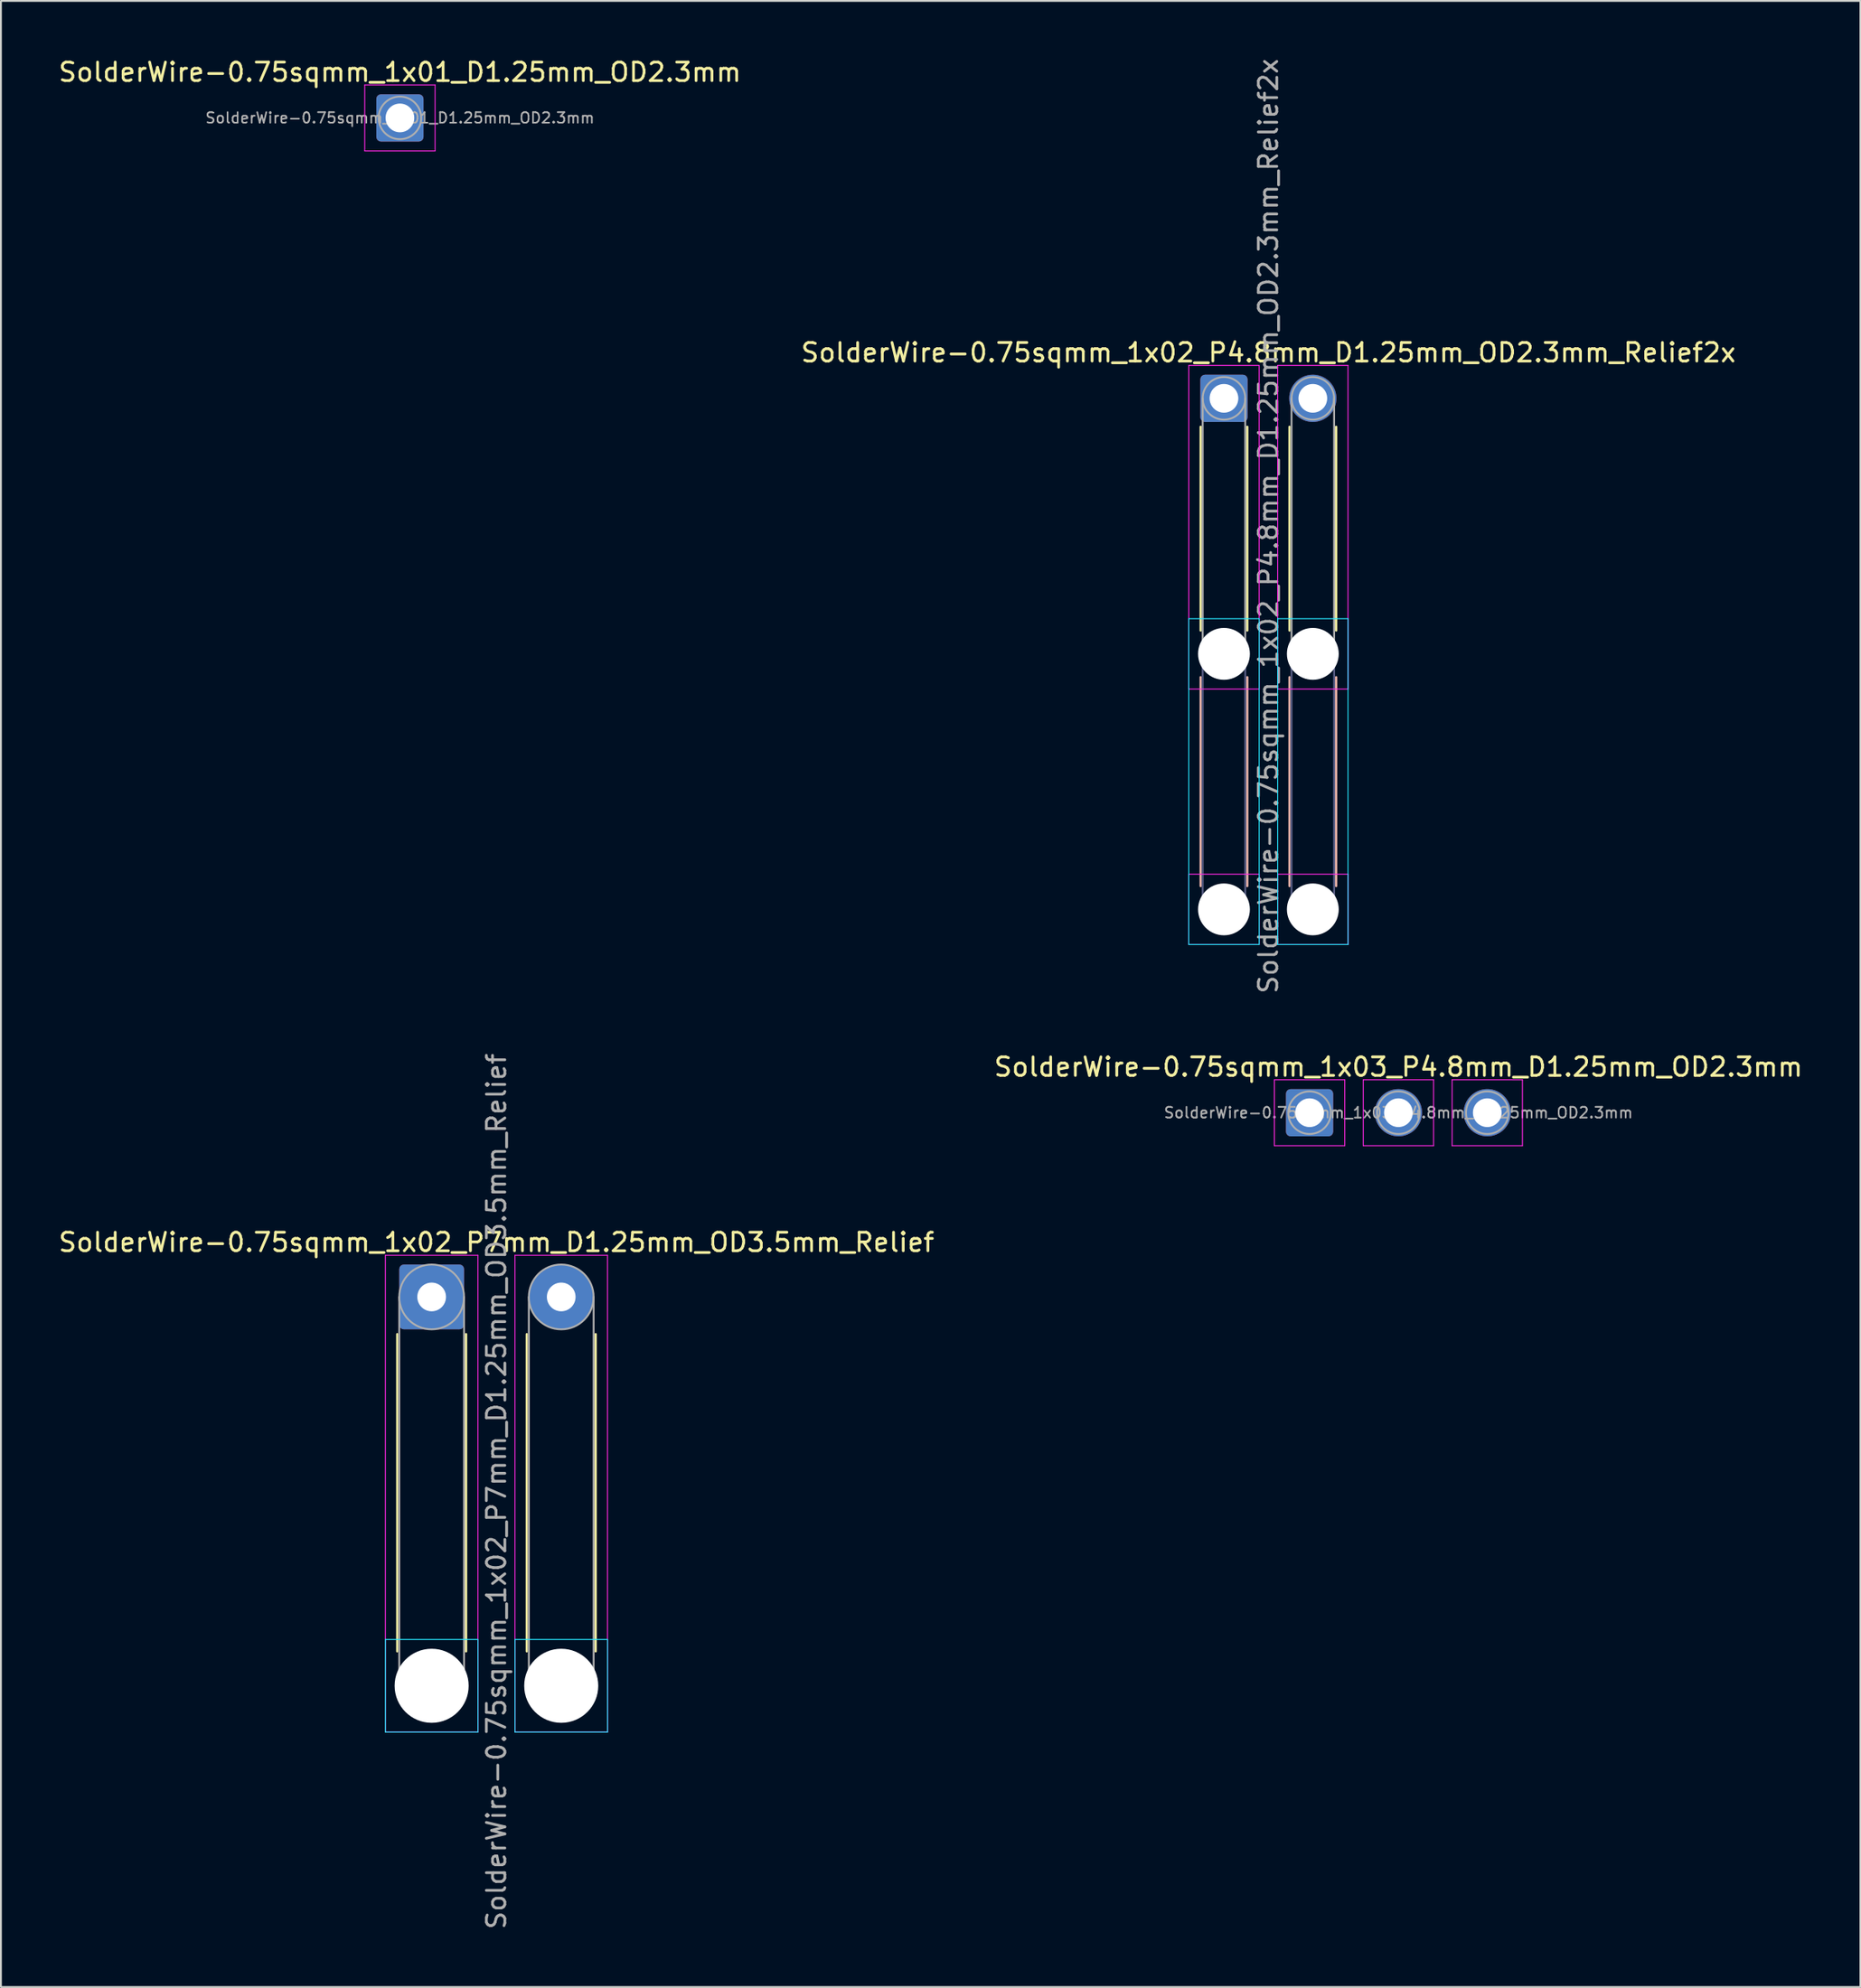
<source format=kicad_pcb>
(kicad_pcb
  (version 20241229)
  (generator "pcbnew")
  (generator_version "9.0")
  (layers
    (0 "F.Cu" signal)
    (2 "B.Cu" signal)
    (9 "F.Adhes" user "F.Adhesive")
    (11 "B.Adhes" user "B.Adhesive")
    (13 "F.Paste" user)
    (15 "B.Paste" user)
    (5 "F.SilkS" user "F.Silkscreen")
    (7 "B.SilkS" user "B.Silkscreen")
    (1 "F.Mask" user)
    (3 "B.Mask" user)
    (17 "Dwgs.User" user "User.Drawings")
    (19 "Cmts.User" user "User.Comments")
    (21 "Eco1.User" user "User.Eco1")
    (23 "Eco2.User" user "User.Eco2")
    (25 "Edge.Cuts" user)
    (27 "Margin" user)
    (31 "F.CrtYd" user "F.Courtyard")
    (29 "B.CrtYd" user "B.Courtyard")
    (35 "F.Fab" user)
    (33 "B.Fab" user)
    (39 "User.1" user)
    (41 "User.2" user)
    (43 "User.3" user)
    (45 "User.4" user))
  (footprint "SolderWire-0.75sqmm_1x01_D1.25mm_OD2.3mm"
    (layer "F.Cu")
    (at 18.554 3.318)
    (property "Reference" "SolderWire-0.75sqmm_1x01_D1.25mm_OD2.3mm" (at 0 -2.47 0) (layer "F.SilkS") (effects (font (size 1 1) (thickness 0.15))))
    (attr exclude_from_pos_files exclude_from_bom)
    (fp_line (start -1.9 -1.78) (end -1.9 1.78) (stroke (width 0.05) (type solid)) (layer "F.CrtYd"))
    (fp_line (start -1.9 1.78) (end 1.9 1.78) (stroke (width 0.05) (type solid)) (layer "F.CrtYd"))
    (fp_line (start 1.9 -1.78) (end -1.9 -1.78) (stroke (width 0.05) (type solid)) (layer "F.CrtYd"))
    (fp_line (start 1.9 1.78) (end 1.9 -1.78) (stroke (width 0.05) (type solid)) (layer "F.CrtYd"))
    (fp_circle (center 0 0) (end 1.15 0) (stroke (width 0.1) (type solid)) (fill no) (layer "F.Fab"))
    (fp_text user "${REFERENCE}" (at 0 0 0) (layer "F.Fab") (effects (font (size 0.57 0.57) (thickness 0.09))))
    (pad "1" thru_hole roundrect (at 0 0) (size 2.55 2.55) (drill 1.55) (layers "*.Cu" "*.Mask") (roundrect_rratio 0.098)))
  (footprint "SolderWire-0.75sqmm_1x02_P7mm_D1.25mm_OD3.5mm_Relief"
    (layer "F.Cu")
    (at 20.268 66.994)
    (property "Reference" "SolderWire-0.75sqmm_1x02_P7mm_D1.25mm_OD3.5mm_Relief" (at 3.5 -2.95 0) (layer "F.SilkS") (effects (font (size 1 1) (thickness 0.15))))
    (attr exclude_from_pos_files exclude_from_bom)
    (fp_line (start -1.86 2.01) (end -1.86 19.14) (stroke (width 0.12) (type solid)) (layer "F.SilkS"))
    (fp_line (start 1.86 2.01) (end 1.86 19.14) (stroke (width 0.12) (type solid)) (layer "F.SilkS"))
    (fp_line (start 5.14 2.01) (end 5.14 19.14) (stroke (width 0.12) (type solid)) (layer "F.SilkS"))
    (fp_line (start 8.86 2.01) (end 8.86 19.14) (stroke (width 0.12) (type solid)) (layer "F.SilkS"))
    (fp_line (start -2.5 18.5) (end -2.5 23.5) (stroke (width 0.05) (type solid)) (layer "B.CrtYd"))
    (fp_line (start -2.5 23.5) (end 2.5 23.5) (stroke (width 0.05) (type solid)) (layer "B.CrtYd"))
    (fp_line (start 2.5 18.5) (end -2.5 18.5) (stroke (width 0.05) (type solid)) (layer "B.CrtYd"))
    (fp_line (start 2.5 23.5) (end 2.5 18.5) (stroke (width 0.05) (type solid)) (layer "B.CrtYd"))
    (fp_line (start 4.5 18.5) (end 4.5 23.5) (stroke (width 0.05) (type solid)) (layer "B.CrtYd"))
    (fp_line (start 4.5 23.5) (end 9.5 23.5) (stroke (width 0.05) (type solid)) (layer "B.CrtYd"))
    (fp_line (start 9.5 18.5) (end 4.5 18.5) (stroke (width 0.05) (type solid)) (layer "B.CrtYd"))
    (fp_line (start 9.5 23.5) (end 9.5 18.5) (stroke (width 0.05) (type solid)) (layer "B.CrtYd"))
    (fp_line (start -2.5 -2.25) (end -2.5 23.5) (stroke (width 0.05) (type solid)) (layer "F.CrtYd"))
    (fp_line (start -2.5 23.5) (end 2.5 23.5) (stroke (width 0.05) (type solid)) (layer "F.CrtYd"))
    (fp_line (start 2.5 -2.25) (end -2.5 -2.25) (stroke (width 0.05) (type solid)) (layer "F.CrtYd"))
    (fp_line (start 2.5 23.5) (end 2.5 -2.25) (stroke (width 0.05) (type solid)) (layer "F.CrtYd"))
    (fp_line (start 4.5 -2.25) (end 4.5 23.5) (stroke (width 0.05) (type solid)) (layer "F.CrtYd"))
    (fp_line (start 4.5 23.5) (end 9.5 23.5) (stroke (width 0.05) (type solid)) (layer "F.CrtYd"))
    (fp_line (start 9.5 -2.25) (end 4.5 -2.25) (stroke (width 0.05) (type solid)) (layer "F.CrtYd"))
    (fp_line (start 9.5 23.5) (end 9.5 -2.25) (stroke (width 0.05) (type solid)) (layer "F.CrtYd"))
    (fp_line (start -1.75 0) (end -1.75 21) (stroke (width 0.1) (type solid)) (layer "F.Fab"))
    (fp_line (start 1.75 0) (end 1.75 21) (stroke (width 0.1) (type solid)) (layer "F.Fab"))
    (fp_line (start 5.25 0) (end 5.25 21) (stroke (width 0.1) (type solid)) (layer "F.Fab"))
    (fp_line (start 8.75 0) (end 8.75 21) (stroke (width 0.1) (type solid)) (layer "F.Fab"))
    (fp_circle (center 0 0) (end 1.75 0) (stroke (width 0.1) (type solid)) (fill no) (layer "F.Fab"))
    (fp_circle (center 0 21) (end 1.75 21) (stroke (width 0.1) (type solid)) (fill no) (layer "F.Fab"))
    (fp_circle (center 7 0) (end 8.75 0) (stroke (width 0.1) (type solid)) (fill no) (layer "F.Fab"))
    (fp_circle (center 7 21) (end 8.75 21) (stroke (width 0.1) (type solid)) (fill no) (layer "F.Fab"))
    (fp_text user "${REFERENCE}" (at 3.5 10.5 90) (layer "F.Fab") (effects (font (size 1 1) (thickness 0.15))))
    (pad "" np_thru_hole circle (at 0 21) (size 4 4) (drill 4) (layers "*.Cu" "*.Mask"))
    (pad "" np_thru_hole circle (at 7 21) (size 4 4) (drill 4) (layers "*.Cu" "*.Mask"))
    (pad "1" thru_hole roundrect (at 0 0) (size 3.5 3.5) (drill 1.55) (layers "*.Cu" "*.Mask") (roundrect_rratio 0.071))
    (pad "2" thru_hole circle (at 7 0) (size 3.5 3.5) (drill 1.55) (layers "*.Cu" "*.Mask")))
  (footprint "SolderWire-0.75sqmm_1x02_P4.8mm_D1.25mm_OD2.3mm_Relief2x"
    (layer "F.Cu")
    (at 63.07 18.463)
    (property "Reference" "SolderWire-0.75sqmm_1x02_P4.8mm_D1.25mm_OD2.3mm_Relief2x" (at 2.4 -2.47 0) (layer "F.SilkS") (effects (font (size 1 1) (thickness 0.15))))
    (attr exclude_from_pos_files exclude_from_bom)
    (fp_line (start -1.26 1.535) (end -1.26 12.54) (stroke (width 0.12) (type solid)) (layer "F.SilkS"))
    (fp_line (start 1.26 1.535) (end 1.26 12.54) (stroke (width 0.12) (type solid)) (layer "F.SilkS"))
    (fp_line (start 3.54 1.535) (end 3.54 12.54) (stroke (width 0.12) (type solid)) (layer "F.SilkS"))
    (fp_line (start 6.06 1.535) (end 6.06 12.54) (stroke (width 0.12) (type solid)) (layer "F.SilkS"))
    (fp_line (start -1.26 15.06) (end -1.26 26.34) (stroke (width 0.12) (type solid)) (layer "B.SilkS"))
    (fp_line (start 1.26 15.06) (end 1.26 26.34) (stroke (width 0.12) (type solid)) (layer "B.SilkS"))
    (fp_line (start 3.54 15.06) (end 3.54 26.34) (stroke (width 0.12) (type solid)) (layer "B.SilkS"))
    (fp_line (start 6.06 15.06) (end 6.06 26.34) (stroke (width 0.12) (type solid)) (layer "B.SilkS"))
    (fp_line (start -1.9 11.9) (end -1.9 29.5) (stroke (width 0.05) (type solid)) (layer "B.CrtYd"))
    (fp_line (start -1.9 29.5) (end 1.9 29.5) (stroke (width 0.05) (type solid)) (layer "B.CrtYd"))
    (fp_line (start 1.9 11.9) (end -1.9 11.9) (stroke (width 0.05) (type solid)) (layer "B.CrtYd"))
    (fp_line (start 1.9 29.5) (end 1.9 11.9) (stroke (width 0.05) (type solid)) (layer "B.CrtYd"))
    (fp_line (start 2.9 11.9) (end 2.9 29.5) (stroke (width 0.05) (type solid)) (layer "B.CrtYd"))
    (fp_line (start 2.9 29.5) (end 6.7 29.5) (stroke (width 0.05) (type solid)) (layer "B.CrtYd"))
    (fp_line (start 6.7 11.9) (end 2.9 11.9) (stroke (width 0.05) (type solid)) (layer "B.CrtYd"))
    (fp_line (start 6.7 29.5) (end 6.7 11.9) (stroke (width 0.05) (type solid)) (layer "B.CrtYd"))
    (fp_line (start -1.9 -1.78) (end -1.9 15.7) (stroke (width 0.05) (type solid)) (layer "F.CrtYd"))
    (fp_line (start -1.9 15.7) (end 1.9 15.7) (stroke (width 0.05) (type solid)) (layer "F.CrtYd"))
    (fp_line (start -1.9 25.7) (end -1.9 29.5) (stroke (width 0.05) (type solid)) (layer "F.CrtYd"))
    (fp_line (start -1.9 29.5) (end 1.9 29.5) (stroke (width 0.05) (type solid)) (layer "F.CrtYd"))
    (fp_line (start 1.9 -1.78) (end -1.9 -1.78) (stroke (width 0.05) (type solid)) (layer "F.CrtYd"))
    (fp_line (start 1.9 15.7) (end 1.9 -1.78) (stroke (width 0.05) (type solid)) (layer "F.CrtYd"))
    (fp_line (start 1.9 25.7) (end -1.9 25.7) (stroke (width 0.05) (type solid)) (layer "F.CrtYd"))
    (fp_line (start 1.9 29.5) (end 1.9 25.7) (stroke (width 0.05) (type solid)) (layer "F.CrtYd"))
    (fp_line (start 2.9 -1.78) (end 2.9 15.7) (stroke (width 0.05) (type solid)) (layer "F.CrtYd"))
    (fp_line (start 2.9 15.7) (end 6.7 15.7) (stroke (width 0.05) (type solid)) (layer "F.CrtYd"))
    (fp_line (start 2.9 25.7) (end 2.9 29.5) (stroke (width 0.05) (type solid)) (layer "F.CrtYd"))
    (fp_line (start 2.9 29.5) (end 6.7 29.5) (stroke (width 0.05) (type solid)) (layer "F.CrtYd"))
    (fp_line (start 6.7 -1.78) (end 2.9 -1.78) (stroke (width 0.05) (type solid)) (layer "F.CrtYd"))
    (fp_line (start 6.7 15.7) (end 6.7 -1.78) (stroke (width 0.05) (type solid)) (layer "F.CrtYd"))
    (fp_line (start 6.7 25.7) (end 2.9 25.7) (stroke (width 0.05) (type solid)) (layer "F.CrtYd"))
    (fp_line (start 6.7 29.5) (end 6.7 25.7) (stroke (width 0.05) (type solid)) (layer "F.CrtYd"))
    (fp_line (start -1.15 13.8) (end -1.15 27.6) (stroke (width 0.1) (type solid)) (layer "B.Fab"))
    (fp_line (start 1.15 13.8) (end 1.15 27.6) (stroke (width 0.1) (type solid)) (layer "B.Fab"))
    (fp_line (start 3.65 13.8) (end 3.65 27.6) (stroke (width 0.1) (type solid)) (layer "B.Fab"))
    (fp_line (start 5.95 13.8) (end 5.95 27.6) (stroke (width 0.1) (type solid)) (layer "B.Fab"))
    (fp_circle (center 0 13.8) (end 1.15 13.8) (stroke (width 0.1) (type solid)) (fill no) (layer "B.Fab"))
    (fp_circle (center 0 27.6) (end 1.15 27.6) (stroke (width 0.1) (type solid)) (fill no) (layer "B.Fab"))
    (fp_circle (center 4.8 13.8) (end 5.95 13.8) (stroke (width 0.1) (type solid)) (fill no) (layer "B.Fab"))
    (fp_circle (center 4.8 27.6) (end 5.95 27.6) (stroke (width 0.1) (type solid)) (fill no) (layer "B.Fab"))
    (fp_line (start -1.15 0) (end -1.15 13.8) (stroke (width 0.1) (type solid)) (layer "F.Fab"))
    (fp_line (start 1.15 0) (end 1.15 13.8) (stroke (width 0.1) (type solid)) (layer "F.Fab"))
    (fp_line (start 3.65 0) (end 3.65 13.8) (stroke (width 0.1) (type solid)) (layer "F.Fab"))
    (fp_line (start 5.95 0) (end 5.95 13.8) (stroke (width 0.1) (type solid)) (layer "F.Fab"))
    (fp_circle (center 0 0) (end 1.15 0) (stroke (width 0.1) (type solid)) (fill no) (layer "F.Fab"))
    (fp_circle (center 0 13.8) (end 1.15 13.8) (stroke (width 0.1) (type solid)) (fill no) (layer "F.Fab"))
    (fp_circle (center 0 27.6) (end 1.15 27.6) (stroke (width 0.1) (type solid)) (fill no) (layer "F.Fab"))
    (fp_circle (center 4.8 0) (end 5.95 0) (stroke (width 0.1) (type solid)) (fill no) (layer "F.Fab"))
    (fp_circle (center 4.8 13.8) (end 5.95 13.8) (stroke (width 0.1) (type solid)) (fill no) (layer "F.Fab"))
    (fp_circle (center 4.8 27.6) (end 5.95 27.6) (stroke (width 0.1) (type solid)) (fill no) (layer "F.Fab"))
    (fp_text user "${REFERENCE}" (at 2.4 6.9 90) (layer "F.Fab") (effects (font (size 1 1) (thickness 0.15))))
    (pad "" np_thru_hole circle (at 0 13.8) (size 2.8 2.8) (drill 2.8) (layers "*.Cu" "*.Mask"))
    (pad "" np_thru_hole circle (at 0 27.6) (size 2.8 2.8) (drill 2.8) (layers "*.Cu" "*.Mask"))
    (pad "" np_thru_hole circle (at 4.8 13.8) (size 2.8 2.8) (drill 2.8) (layers "*.Cu" "*.Mask"))
    (pad "" np_thru_hole circle (at 4.8 27.6) (size 2.8 2.8) (drill 2.8) (layers "*.Cu" "*.Mask"))
    (pad "1" thru_hole roundrect (at 0 0) (size 2.55 2.55) (drill 1.55) (layers "*.Cu" "*.Mask") (roundrect_rratio 0.098))
    (pad "2" thru_hole circle (at 4.8 0) (size 2.55 2.55) (drill 1.55) (layers "*.Cu" "*.Mask")))
  (footprint "SolderWire-0.75sqmm_1x03_P4.8mm_D1.25mm_OD2.3mm"
    (layer "F.Cu")
    (at 67.694 57.044)
    (property "Reference" "SolderWire-0.75sqmm_1x03_P4.8mm_D1.25mm_OD2.3mm" (at 4.8 -2.47 0) (layer "F.SilkS") (effects (font (size 1 1) (thickness 0.15))))
    (attr exclude_from_pos_files exclude_from_bom)
    (fp_line (start -1.9 -1.78) (end -1.9 1.78) (stroke (width 0.05) (type solid)) (layer "F.CrtYd"))
    (fp_line (start -1.9 1.78) (end 1.9 1.78) (stroke (width 0.05) (type solid)) (layer "F.CrtYd"))
    (fp_line (start 1.9 -1.78) (end -1.9 -1.78) (stroke (width 0.05) (type solid)) (layer "F.CrtYd"))
    (fp_line (start 1.9 1.78) (end 1.9 -1.78) (stroke (width 0.05) (type solid)) (layer "F.CrtYd"))
    (fp_line (start 2.9 -1.78) (end 2.9 1.78) (stroke (width 0.05) (type solid)) (layer "F.CrtYd"))
    (fp_line (start 2.9 1.78) (end 6.7 1.78) (stroke (width 0.05) (type solid)) (layer "F.CrtYd"))
    (fp_line (start 6.7 -1.78) (end 2.9 -1.78) (stroke (width 0.05) (type solid)) (layer "F.CrtYd"))
    (fp_line (start 6.7 1.78) (end 6.7 -1.78) (stroke (width 0.05) (type solid)) (layer "F.CrtYd"))
    (fp_line (start 7.7 -1.78) (end 7.7 1.78) (stroke (width 0.05) (type solid)) (layer "F.CrtYd"))
    (fp_line (start 7.7 1.78) (end 11.5 1.78) (stroke (width 0.05) (type solid)) (layer "F.CrtYd"))
    (fp_line (start 11.5 -1.78) (end 7.7 -1.78) (stroke (width 0.05) (type solid)) (layer "F.CrtYd"))
    (fp_line (start 11.5 1.78) (end 11.5 -1.78) (stroke (width 0.05) (type solid)) (layer "F.CrtYd"))
    (fp_circle (center 0 0) (end 1.15 0) (stroke (width 0.1) (type solid)) (fill no) (layer "F.Fab"))
    (fp_circle (center 4.8 0) (end 5.95 0) (stroke (width 0.1) (type solid)) (fill no) (layer "F.Fab"))
    (fp_circle (center 9.6 0) (end 10.75 0) (stroke (width 0.1) (type solid)) (fill no) (layer "F.Fab"))
    (fp_text user "${REFERENCE}" (at 4.8 0 0) (layer "F.Fab") (effects (font (size 0.58 0.58) (thickness 0.09))))
    (pad "1" thru_hole roundrect (at 0 0) (size 2.55 2.55) (drill 1.55) (layers "*.Cu" "*.Mask") (roundrect_rratio 0.098))
    (pad "2" thru_hole circle (at 4.8 0) (size 2.55 2.55) (drill 1.55) (layers "*.Cu" "*.Mask"))
    (pad "3" thru_hole circle (at 9.6 0) (size 2.55 2.55) (drill 1.55) (layers "*.Cu" "*.Mask")))
  (gr_rect
    (start -3 -3)
    (end 97.452 104.262)
    (stroke (width 0.1) (type default))
    (fill no)
    (layer "Edge.Cuts")))
</source>
